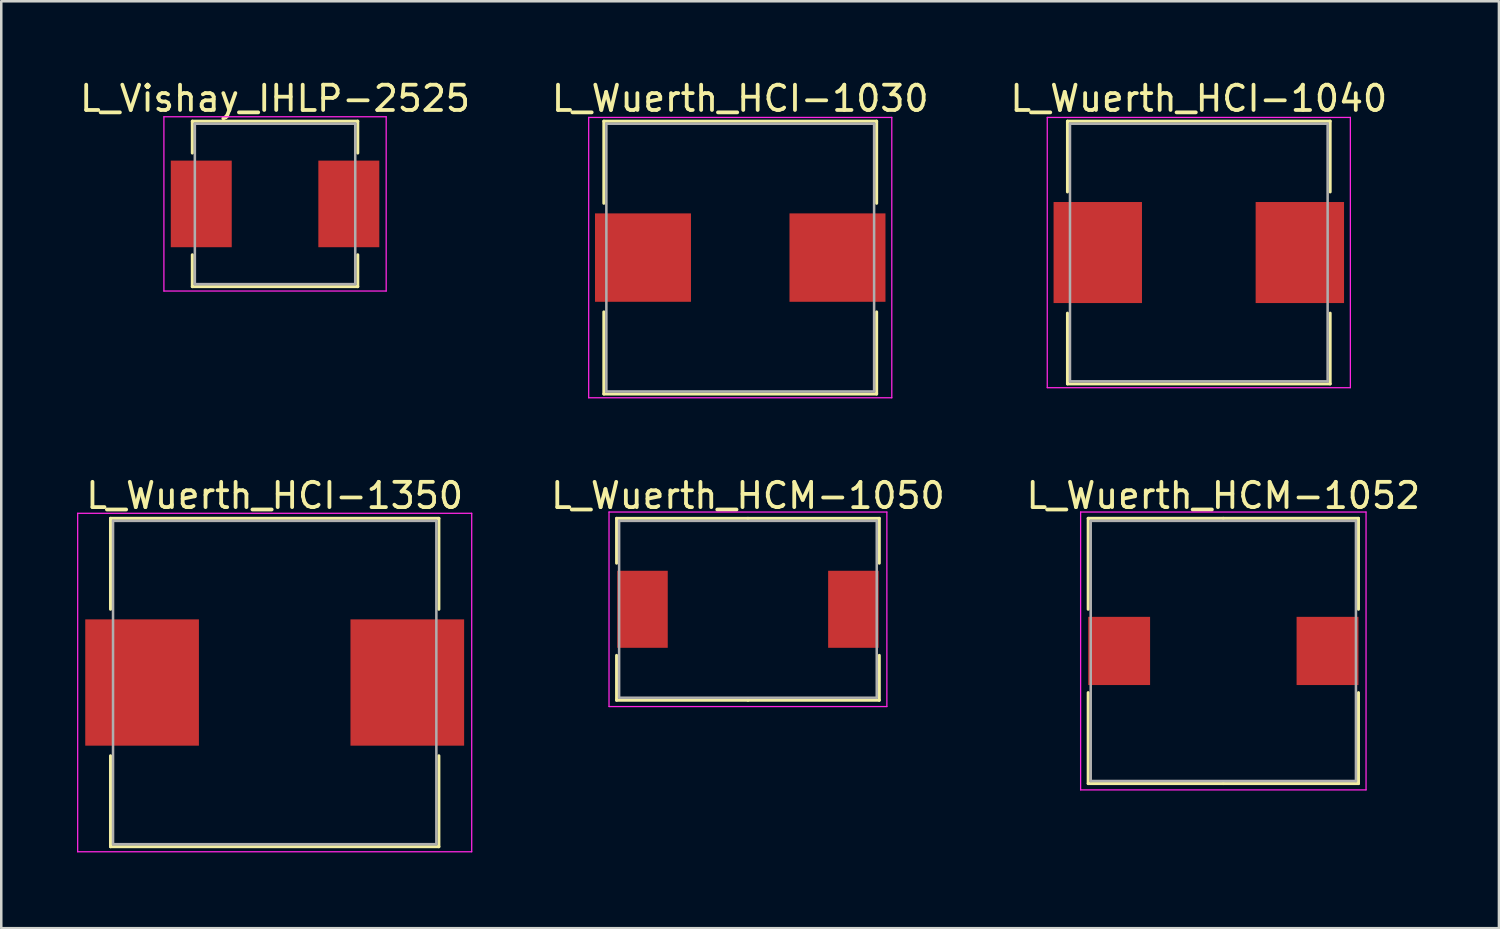
<source format=kicad_pcb>
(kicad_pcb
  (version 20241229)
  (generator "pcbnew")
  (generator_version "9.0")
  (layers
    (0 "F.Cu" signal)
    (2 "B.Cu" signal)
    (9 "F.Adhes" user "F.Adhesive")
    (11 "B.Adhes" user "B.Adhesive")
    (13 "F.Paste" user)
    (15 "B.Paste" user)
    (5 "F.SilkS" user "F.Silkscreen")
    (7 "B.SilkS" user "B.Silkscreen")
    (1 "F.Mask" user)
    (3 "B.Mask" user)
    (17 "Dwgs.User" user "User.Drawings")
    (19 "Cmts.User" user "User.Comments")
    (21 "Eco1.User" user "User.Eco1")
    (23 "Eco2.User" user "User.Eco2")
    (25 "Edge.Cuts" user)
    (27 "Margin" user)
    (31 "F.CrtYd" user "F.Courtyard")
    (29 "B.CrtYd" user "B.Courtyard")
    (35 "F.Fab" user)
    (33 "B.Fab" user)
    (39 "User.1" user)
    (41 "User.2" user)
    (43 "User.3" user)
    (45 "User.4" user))
  (footprint "L_Wuerth_HCM-1052"
    (layer "F.Cu")
    (at 45.382 22.721)
    (property "Reference" "L_Wuerth_HCM-1052" (at 0 -6.15 0) (layer "F.SilkS") (effects (font (size 1 1) (thickness 0.15))))
    (attr smd)
    (fp_line (start -5.35 -5.25) (end 0 -5.25) (stroke (width 0.12) (type solid)) (layer "F.SilkS"))
    (fp_line (start -5.35 -1.65) (end -5.35 -5.25) (stroke (width 0.12) (type solid)) (layer "F.SilkS"))
    (fp_line (start -5.35 1.65) (end -5.35 5.25) (stroke (width 0.12) (type solid)) (layer "F.SilkS"))
    (fp_line (start -5.35 5.25) (end 0 5.25) (stroke (width 0.12) (type solid)) (layer "F.SilkS"))
    (fp_line (start 5.35 -5.25) (end 0 -5.25) (stroke (width 0.12) (type solid)) (layer "F.SilkS"))
    (fp_line (start 5.35 -1.65) (end 5.35 -5.25) (stroke (width 0.12) (type solid)) (layer "F.SilkS"))
    (fp_line (start 5.35 1.65) (end 5.35 5.25) (stroke (width 0.12) (type solid)) (layer "F.SilkS"))
    (fp_line (start 5.35 5.25) (end 0 5.25) (stroke (width 0.12) (type solid)) (layer "F.SilkS"))
    (fp_line (start -5.65 -5.5) (end -5.65 5.5) (stroke (width 0.05) (type solid)) (layer "F.CrtYd"))
    (fp_line (start -5.65 5.5) (end 5.65 5.5) (stroke (width 0.05) (type solid)) (layer "F.CrtYd"))
    (fp_line (start 5.65 -5.5) (end -5.65 -5.5) (stroke (width 0.05) (type solid)) (layer "F.CrtYd"))
    (fp_line (start 5.65 5.5) (end 5.65 -5.5) (stroke (width 0.05) (type solid)) (layer "F.CrtYd"))
    (fp_line (start -5.25 -5.15) (end -5.25 5.15) (stroke (width 0.1) (type solid)) (layer "F.Fab"))
    (fp_line (start -5.25 5.15) (end 5.25 5.15) (stroke (width 0.1) (type solid)) (layer "F.Fab"))
    (fp_line (start 5.25 -5.15) (end -5.25 -5.15) (stroke (width 0.1) (type solid)) (layer "F.Fab"))
    (fp_line (start 5.25 5.15) (end 5.25 -5.15) (stroke (width 0.1) (type solid)) (layer "F.Fab"))
    (pad "1" smd rect (at -4.125 0) (size 2.45 2.7) (layers "F.Cu" "F.Mask" "F.Paste"))
    (pad "2" smd rect (at 4.125 0) (size 2.45 2.7) (layers "F.Cu" "F.Mask" "F.Paste")))
  (footprint "L_Wuerth_HCI-1040"
    (layer "F.Cu")
    (at 44.411 6.948)
    (property "Reference" "L_Wuerth_HCI-1040" (at 0 -6.1 0) (layer "F.SilkS") (effects (font (size 1 1) (thickness 0.15))))
    (attr smd)
    (fp_line (start -5.2 -5.2) (end 5.2 -5.2) (stroke (width 0.12) (type solid)) (layer "F.SilkS"))
    (fp_line (start -5.2 -2.4) (end -5.2 -5.2) (stroke (width 0.12) (type solid)) (layer "F.SilkS"))
    (fp_line (start -5.2 2.4) (end -5.2 5.2) (stroke (width 0.12) (type solid)) (layer "F.SilkS"))
    (fp_line (start -5.2 5.2) (end 5.2 5.2) (stroke (width 0.12) (type solid)) (layer "F.SilkS"))
    (fp_line (start 5.2 -5.2) (end 5.2 -2.4) (stroke (width 0.12) (type solid)) (layer "F.SilkS"))
    (fp_line (start 5.2 5.2) (end 5.2 2.4) (stroke (width 0.12) (type solid)) (layer "F.SilkS"))
    (fp_line (start -6 -5.35) (end -6 5.35) (stroke (width 0.05) (type solid)) (layer "F.CrtYd"))
    (fp_line (start -6 5.35) (end 6 5.35) (stroke (width 0.05) (type solid)) (layer "F.CrtYd"))
    (fp_line (start 6 -5.35) (end -6 -5.35) (stroke (width 0.05) (type solid)) (layer "F.CrtYd"))
    (fp_line (start 6 5.35) (end 6 -5.35) (stroke (width 0.05) (type solid)) (layer "F.CrtYd"))
    (fp_line (start -5.1 -5.1) (end -5.1 5.1) (stroke (width 0.1) (type solid)) (layer "F.Fab"))
    (fp_line (start -5.1 5.1) (end 5.1 5.1) (stroke (width 0.1) (type solid)) (layer "F.Fab"))
    (fp_line (start 5.1 -5.1) (end -5.1 -5.1) (stroke (width 0.1) (type solid)) (layer "F.Fab"))
    (fp_line (start 5.1 5.1) (end 5.1 -5.1) (stroke (width 0.1) (type solid)) (layer "F.Fab"))
    (pad "1" smd rect (at -4 0) (size 3.5 4) (layers "F.Cu" "F.Mask" "F.Paste"))
    (pad "2" smd rect (at 4 0) (size 3.5 4) (layers "F.Cu" "F.Mask" "F.Paste")))
  (footprint "L_Vishay_IHLP-2525"
    (layer "F.Cu")
    (at 7.839 5.023)
    (property "Reference" "L_Vishay_IHLP-2525" (at 0 -4.175 0) (layer "F.SilkS") (effects (font (size 1 1) (thickness 0.15))))
    (attr smd)
    (fp_line (start -3.275 -3.275) (end 3.275 -3.275) (stroke (width 0.12) (type solid)) (layer "F.SilkS"))
    (fp_line (start -3.275 -2.014) (end -3.275 -3.275) (stroke (width 0.12) (type solid)) (layer "F.SilkS"))
    (fp_line (start -3.275 2.014) (end -3.275 3.275) (stroke (width 0.12) (type solid)) (layer "F.SilkS"))
    (fp_line (start -3.275 3.275) (end 3.275 3.275) (stroke (width 0.12) (type solid)) (layer "F.SilkS"))
    (fp_line (start 3.275 -3.275) (end 3.275 -2.014) (stroke (width 0.12) (type solid)) (layer "F.SilkS"))
    (fp_line (start 3.275 3.275) (end 3.275 2.014) (stroke (width 0.12) (type solid)) (layer "F.SilkS"))
    (fp_line (start -4.4 -3.45) (end -4.4 3.45) (stroke (width 0.05) (type solid)) (layer "F.CrtYd"))
    (fp_line (start -4.4 3.45) (end 4.4 3.45) (stroke (width 0.05) (type solid)) (layer "F.CrtYd"))
    (fp_line (start 4.4 -3.45) (end -4.4 -3.45) (stroke (width 0.05) (type solid)) (layer "F.CrtYd"))
    (fp_line (start 4.4 3.45) (end 4.4 -3.45) (stroke (width 0.05) (type solid)) (layer "F.CrtYd"))
    (fp_line (start -3.175 -3.175) (end -3.175 3.175) (stroke (width 0.1) (type solid)) (layer "F.Fab"))
    (fp_line (start -3.175 3.175) (end 3.175 3.175) (stroke (width 0.1) (type solid)) (layer "F.Fab"))
    (fp_line (start 3.175 -3.175) (end -3.175 -3.175) (stroke (width 0.1) (type solid)) (layer "F.Fab"))
    (fp_line (start 3.175 3.175) (end 3.175 -3.175) (stroke (width 0.1) (type solid)) (layer "F.Fab"))
    (pad "1" smd rect (at -2.921 0) (size 2.413 3.429) (layers "F.Cu" "F.Mask" "F.Paste"))
    (pad "2" smd rect (at 2.921 0) (size 2.413 3.429) (layers "F.Cu" "F.Mask" "F.Paste")))
  (footprint "L_Wuerth_HCI-1030"
    (layer "F.Cu")
    (at 26.256 7.148)
    (property "Reference" "L_Wuerth_HCI-1030" (at 0 -6.3 0) (layer "F.SilkS") (effects (font (size 1 1) (thickness 0.15))))
    (attr smd)
    (fp_line (start -5.4 -5.4) (end 5.4 -5.4) (stroke (width 0.12) (type solid)) (layer "F.SilkS"))
    (fp_line (start -5.4 -2.15) (end -5.4 -5.4) (stroke (width 0.12) (type solid)) (layer "F.SilkS"))
    (fp_line (start -5.4 2.15) (end -5.4 5.4) (stroke (width 0.12) (type solid)) (layer "F.SilkS"))
    (fp_line (start -5.4 5.4) (end 5.4 5.4) (stroke (width 0.12) (type solid)) (layer "F.SilkS"))
    (fp_line (start 5.4 -5.4) (end 5.4 -2.15) (stroke (width 0.12) (type solid)) (layer "F.SilkS"))
    (fp_line (start 5.4 5.4) (end 5.4 2.15) (stroke (width 0.12) (type solid)) (layer "F.SilkS"))
    (fp_line (start -6 -5.55) (end -6 5.55) (stroke (width 0.05) (type solid)) (layer "F.CrtYd"))
    (fp_line (start -6 5.55) (end 6 5.55) (stroke (width 0.05) (type solid)) (layer "F.CrtYd"))
    (fp_line (start 6 -5.55) (end -6 -5.55) (stroke (width 0.05) (type solid)) (layer "F.CrtYd"))
    (fp_line (start 6 5.55) (end 6 -5.55) (stroke (width 0.05) (type solid)) (layer "F.CrtYd"))
    (fp_line (start -5.3 -5.3) (end -5.3 5.3) (stroke (width 0.1) (type solid)) (layer "F.Fab"))
    (fp_line (start -5.3 5.3) (end 5.3 5.3) (stroke (width 0.1) (type solid)) (layer "F.Fab"))
    (fp_line (start 5.3 -5.3) (end -5.3 -5.3) (stroke (width 0.1) (type solid)) (layer "F.Fab"))
    (fp_line (start 5.3 5.3) (end 5.3 -5.3) (stroke (width 0.1) (type solid)) (layer "F.Fab"))
    (pad "1" smd rect (at -3.85 0) (size 3.8 3.5) (layers "F.Cu" "F.Mask" "F.Paste"))
    (pad "2" smd rect (at 3.85 0) (size 3.8 3.5) (layers "F.Cu" "F.Mask" "F.Paste")))
  (footprint "L_Wuerth_HCM-1050"
    (layer "F.Cu")
    (at 26.561 21.072)
    (property "Reference" "L_Wuerth_HCM-1050" (at 0 -4.5 0) (layer "F.SilkS") (effects (font (size 1 1) (thickness 0.15))))
    (attr smd)
    (fp_line (start -5.2 -3.6) (end 0 -3.6) (stroke (width 0.12) (type solid)) (layer "F.SilkS"))
    (fp_line (start -5.2 -1.825) (end -5.2 -3.6) (stroke (width 0.12) (type solid)) (layer "F.SilkS"))
    (fp_line (start -5.2 1.825) (end -5.2 3.6) (stroke (width 0.12) (type solid)) (layer "F.SilkS"))
    (fp_line (start -5.2 3.6) (end 0 3.6) (stroke (width 0.12) (type solid)) (layer "F.SilkS"))
    (fp_line (start 5.2 -3.6) (end 0 -3.6) (stroke (width 0.12) (type solid)) (layer "F.SilkS"))
    (fp_line (start 5.2 -1.825) (end 5.2 -3.6) (stroke (width 0.12) (type solid)) (layer "F.SilkS"))
    (fp_line (start 5.2 1.825) (end 5.2 3.6) (stroke (width 0.12) (type solid)) (layer "F.SilkS"))
    (fp_line (start 5.2 3.6) (end 0 3.6) (stroke (width 0.12) (type solid)) (layer "F.SilkS"))
    (fp_line (start -5.5 -3.85) (end -5.5 3.85) (stroke (width 0.05) (type solid)) (layer "F.CrtYd"))
    (fp_line (start -5.5 3.85) (end 5.5 3.85) (stroke (width 0.05) (type solid)) (layer "F.CrtYd"))
    (fp_line (start 5.5 -3.85) (end -5.5 -3.85) (stroke (width 0.05) (type solid)) (layer "F.CrtYd"))
    (fp_line (start 5.5 3.85) (end 5.5 -3.85) (stroke (width 0.05) (type solid)) (layer "F.CrtYd"))
    (fp_line (start -5.1 -3.5) (end -5.1 3.5) (stroke (width 0.1) (type solid)) (layer "F.Fab"))
    (fp_line (start -5.1 3.5) (end 5.1 3.5) (stroke (width 0.1) (type solid)) (layer "F.Fab"))
    (fp_line (start 5.1 -3.5) (end -5.1 -3.5) (stroke (width 0.1) (type solid)) (layer "F.Fab"))
    (fp_line (start 5.1 3.5) (end 5.1 -3.5) (stroke (width 0.1) (type solid)) (layer "F.Fab"))
    (pad "1" smd rect (at -4.175 0) (size 2 3.05) (layers "F.Cu" "F.Mask" "F.Paste"))
    (pad "2" smd rect (at 4.175 0) (size 2 3.05) (layers "F.Cu" "F.Mask" "F.Paste")))
  (footprint "L_Wuerth_HCI-1350"
    (layer "F.Cu")
    (at 7.825 23.971)
    (property "Reference" "L_Wuerth_HCI-1350" (at 0 -7.4 0) (layer "F.SilkS") (effects (font (size 1 1) (thickness 0.15))))
    (attr smd)
    (fp_line (start -6.5 -6.5) (end 6.5 -6.5) (stroke (width 0.12) (type solid)) (layer "F.SilkS"))
    (fp_line (start -6.5 -2.9) (end -6.5 -6.5) (stroke (width 0.12) (type solid)) (layer "F.SilkS"))
    (fp_line (start -6.5 2.9) (end -6.5 6.5) (stroke (width 0.12) (type solid)) (layer "F.SilkS"))
    (fp_line (start -6.5 6.5) (end 6.5 6.5) (stroke (width 0.12) (type solid)) (layer "F.SilkS"))
    (fp_line (start 6.5 -6.5) (end 6.5 -2.9) (stroke (width 0.12) (type solid)) (layer "F.SilkS"))
    (fp_line (start 6.5 6.5) (end 6.5 2.9) (stroke (width 0.12) (type solid)) (layer "F.SilkS"))
    (fp_line (start -7.8 -6.7) (end -7.8 6.7) (stroke (width 0.05) (type solid)) (layer "F.CrtYd"))
    (fp_line (start -7.8 6.7) (end 7.8 6.7) (stroke (width 0.05) (type solid)) (layer "F.CrtYd"))
    (fp_line (start 7.8 -6.7) (end -7.8 -6.7) (stroke (width 0.05) (type solid)) (layer "F.CrtYd"))
    (fp_line (start 7.8 6.7) (end 7.8 -6.7) (stroke (width 0.05) (type solid)) (layer "F.CrtYd"))
    (fp_line (start -6.4 -6.4) (end -6.4 6.4) (stroke (width 0.1) (type solid)) (layer "F.Fab"))
    (fp_line (start -6.4 6.4) (end 6.4 6.4) (stroke (width 0.1) (type solid)) (layer "F.Fab"))
    (fp_line (start 6.4 -6.4) (end -6.4 -6.4) (stroke (width 0.1) (type solid)) (layer "F.Fab"))
    (fp_line (start 6.4 6.4) (end 6.4 -6.4) (stroke (width 0.1) (type solid)) (layer "F.Fab"))
    (pad "1" smd rect (at -5.25 0) (size 4.5 5) (layers "F.Cu" "F.Mask" "F.Paste"))
    (pad "2" smd rect (at 5.25 0) (size 4.5 5) (layers "F.Cu" "F.Mask" "F.Paste")))
  (gr_rect
    (start -3 -3)
    (end 56.293 33.697)
    (stroke (width 0.1) (type default))
    (fill no)
    (layer "Edge.Cuts")))
</source>
